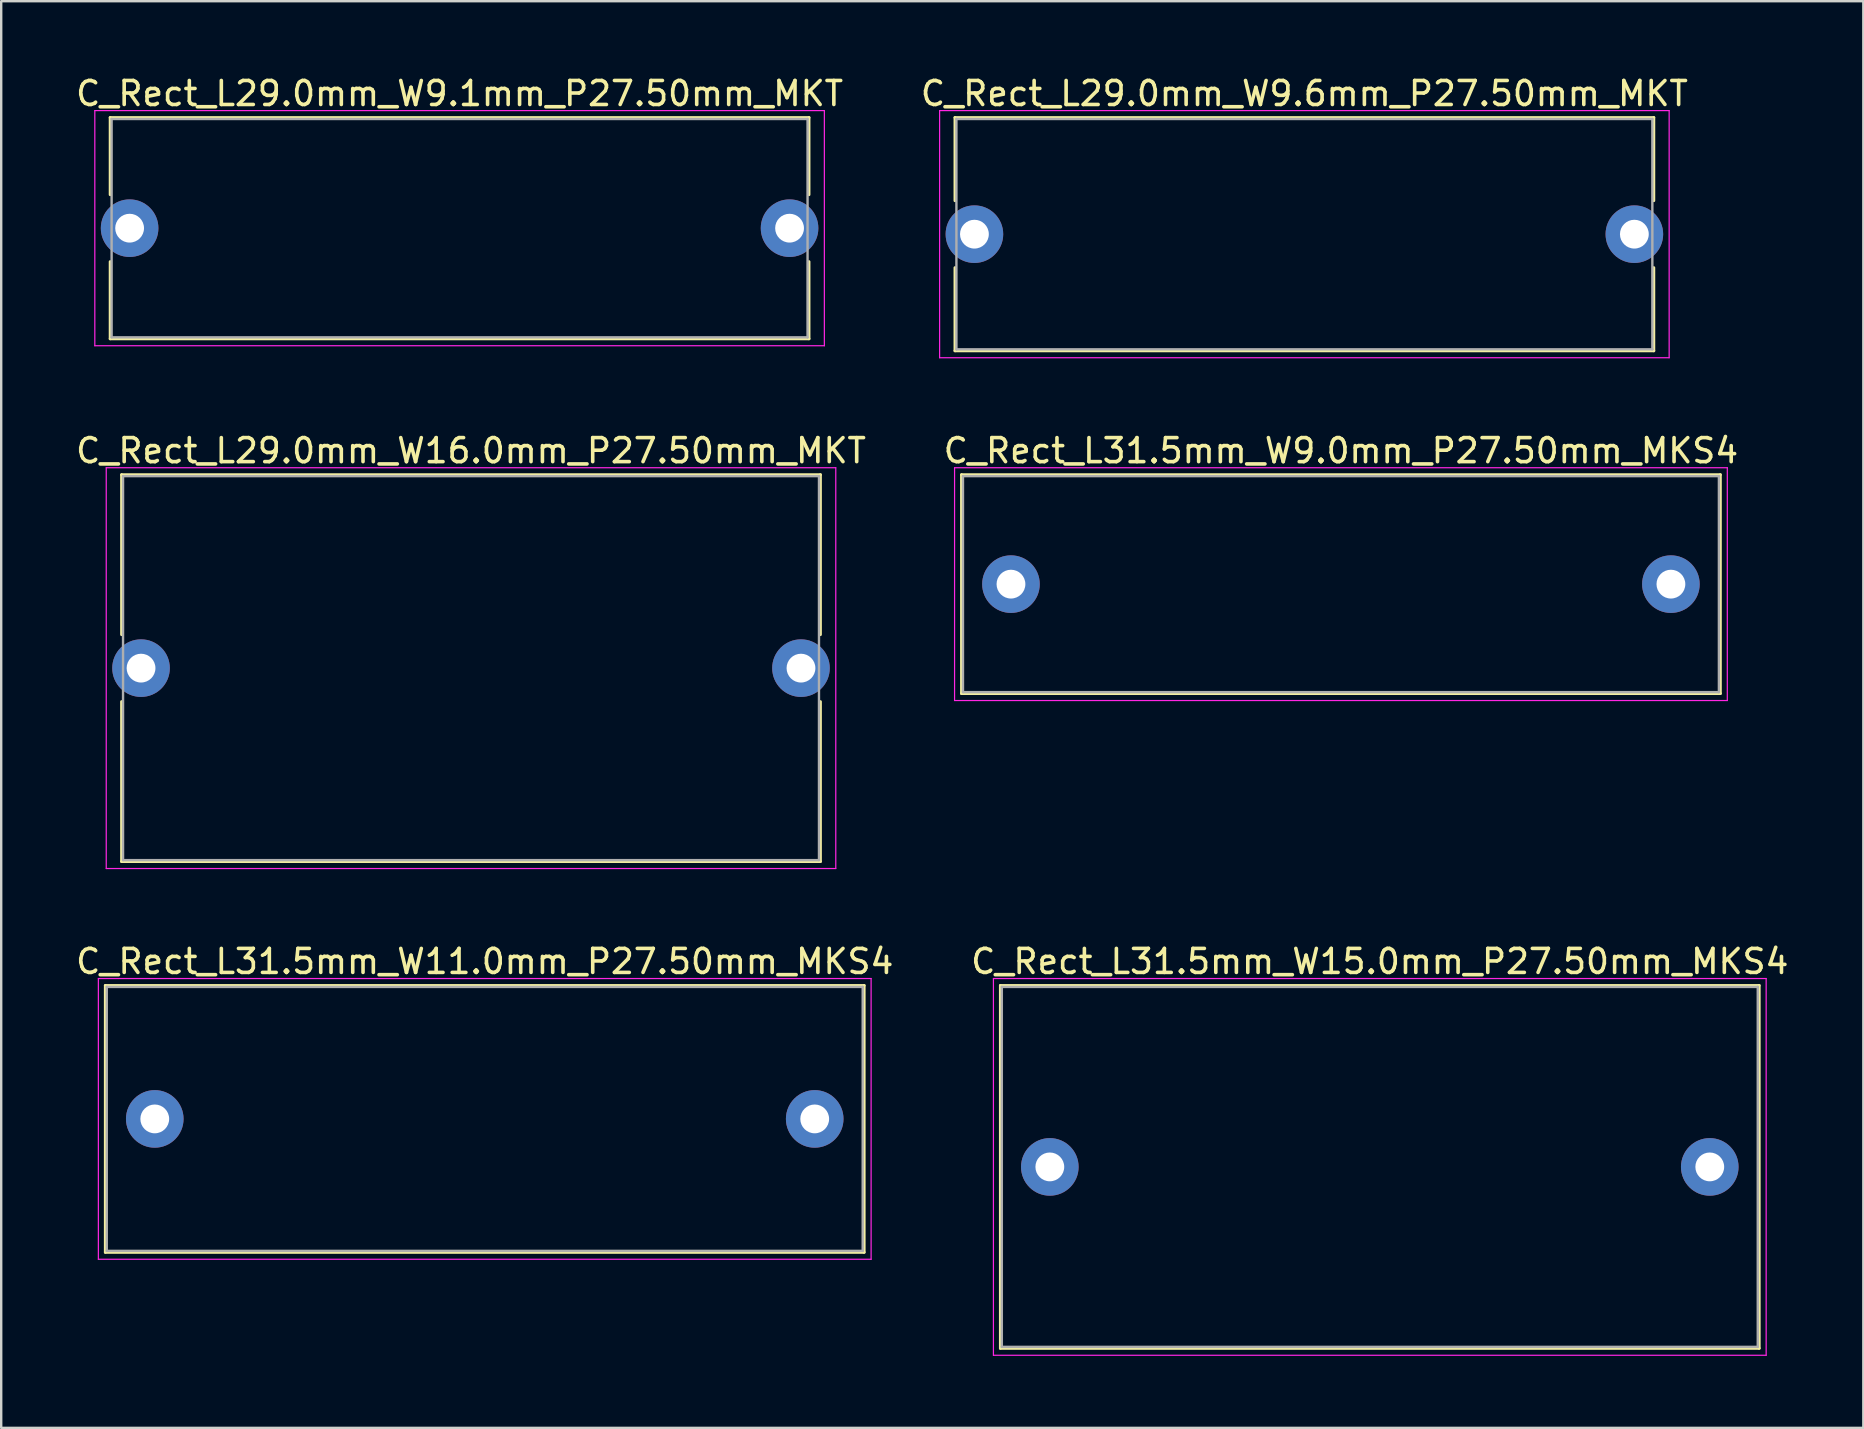
<source format=kicad_pcb>
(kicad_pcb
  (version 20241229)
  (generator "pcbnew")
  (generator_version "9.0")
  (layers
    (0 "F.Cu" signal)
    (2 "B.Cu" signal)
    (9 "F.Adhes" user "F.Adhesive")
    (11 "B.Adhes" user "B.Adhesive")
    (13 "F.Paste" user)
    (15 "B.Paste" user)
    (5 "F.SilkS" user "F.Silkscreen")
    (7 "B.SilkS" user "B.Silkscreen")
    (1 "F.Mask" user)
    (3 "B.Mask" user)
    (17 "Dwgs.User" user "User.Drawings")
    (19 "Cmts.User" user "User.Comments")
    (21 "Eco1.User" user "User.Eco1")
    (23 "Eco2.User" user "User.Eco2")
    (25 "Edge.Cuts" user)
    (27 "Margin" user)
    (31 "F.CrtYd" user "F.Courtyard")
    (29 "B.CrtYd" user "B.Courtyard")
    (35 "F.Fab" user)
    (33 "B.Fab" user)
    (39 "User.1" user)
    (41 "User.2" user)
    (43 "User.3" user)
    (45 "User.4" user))
  (footprint "C_Rect_L29.0mm_W9.1mm_P27.50mm_MKT"
    (layer "F.Cu")
    (at 2.351 6.458)
    (property "Reference" "C_Rect_L29.0mm_W9.1mm_P27.50mm_MKT" (at 13.75 -5.61 0) (layer "F.SilkS") (effects (font (size 1 1) (thickness 0.15))))
    (attr through_hole)
    (fp_line (start -0.81 -4.61) (end -0.81 -1.395) (stroke (width 0.12) (type solid)) (layer "F.SilkS"))
    (fp_line (start -0.81 -4.61) (end 28.31 -4.61) (stroke (width 0.12) (type solid)) (layer "F.SilkS"))
    (fp_line (start -0.81 1.395) (end -0.81 4.61) (stroke (width 0.12) (type solid)) (layer "F.SilkS"))
    (fp_line (start -0.81 4.61) (end 28.31 4.61) (stroke (width 0.12) (type solid)) (layer "F.SilkS"))
    (fp_line (start 28.31 -4.61) (end 28.31 -1.395) (stroke (width 0.12) (type solid)) (layer "F.SilkS"))
    (fp_line (start 28.31 1.395) (end 28.31 4.61) (stroke (width 0.12) (type solid)) (layer "F.SilkS"))
    (fp_line (start -1.45 -4.9) (end -1.45 4.9) (stroke (width 0.05) (type solid)) (layer "F.CrtYd"))
    (fp_line (start -1.45 4.9) (end 28.95 4.9) (stroke (width 0.05) (type solid)) (layer "F.CrtYd"))
    (fp_line (start 28.95 -4.9) (end -1.45 -4.9) (stroke (width 0.05) (type solid)) (layer "F.CrtYd"))
    (fp_line (start 28.95 4.9) (end 28.95 -4.9) (stroke (width 0.05) (type solid)) (layer "F.CrtYd"))
    (fp_line (start -0.75 -4.55) (end -0.75 4.55) (stroke (width 0.1) (type solid)) (layer "F.Fab"))
    (fp_line (start -0.75 4.55) (end 28.25 4.55) (stroke (width 0.1) (type solid)) (layer "F.Fab"))
    (fp_line (start 28.25 -4.55) (end -0.75 -4.55) (stroke (width 0.1) (type solid)) (layer "F.Fab"))
    (fp_line (start 28.25 4.55) (end 28.25 -4.55) (stroke (width 0.1) (type solid)) (layer "F.Fab"))
    (pad "1" thru_hole circle (at 0 0) (size 2.4 2.4) (drill 1.2) (layers "*.Cu" "*.Mask"))
    (pad "2" thru_hole circle (at 27.5 0) (size 2.4 2.4) (drill 1.2) (layers "*.Cu" "*.Mask")))
  (footprint "C_Rect_L31.5mm_W11.0mm_P27.50mm_MKS4"
    (layer "F.Cu")
    (at 3.399 43.575)
    (property "Reference" "C_Rect_L31.5mm_W11.0mm_P27.50mm_MKS4" (at 13.75 -6.56 0) (layer "F.SilkS") (effects (font (size 1 1) (thickness 0.15))))
    (attr through_hole)
    (fp_line (start -2.06 -5.56) (end -2.06 5.56) (stroke (width 0.12) (type solid)) (layer "F.SilkS"))
    (fp_line (start -2.06 -5.56) (end 29.56 -5.56) (stroke (width 0.12) (type solid)) (layer "F.SilkS"))
    (fp_line (start -2.06 5.56) (end 29.56 5.56) (stroke (width 0.12) (type solid)) (layer "F.SilkS"))
    (fp_line (start 29.56 -5.56) (end 29.56 5.56) (stroke (width 0.12) (type solid)) (layer "F.SilkS"))
    (fp_line (start -2.35 -5.85) (end -2.35 5.85) (stroke (width 0.05) (type solid)) (layer "F.CrtYd"))
    (fp_line (start -2.35 5.85) (end 29.85 5.85) (stroke (width 0.05) (type solid)) (layer "F.CrtYd"))
    (fp_line (start 29.85 -5.85) (end -2.35 -5.85) (stroke (width 0.05) (type solid)) (layer "F.CrtYd"))
    (fp_line (start 29.85 5.85) (end 29.85 -5.85) (stroke (width 0.05) (type solid)) (layer "F.CrtYd"))
    (fp_line (start -2 -5.5) (end -2 5.5) (stroke (width 0.1) (type solid)) (layer "F.Fab"))
    (fp_line (start -2 5.5) (end 29.5 5.5) (stroke (width 0.1) (type solid)) (layer "F.Fab"))
    (fp_line (start 29.5 -5.5) (end -2 -5.5) (stroke (width 0.1) (type solid)) (layer "F.Fab"))
    (fp_line (start 29.5 5.5) (end 29.5 -5.5) (stroke (width 0.1) (type solid)) (layer "F.Fab"))
    (pad "1" thru_hole circle (at 0 0) (size 2.4 2.4) (drill 1.2) (layers "*.Cu" "*.Mask"))
    (pad "2" thru_hole circle (at 27.5 0) (size 2.4 2.4) (drill 1.2) (layers "*.Cu" "*.Mask")))
  (footprint "C_Rect_L29.0mm_W9.6mm_P27.50mm_MKT"
    (layer "F.Cu")
    (at 37.554 6.708)
    (property "Reference" "C_Rect_L29.0mm_W9.6mm_P27.50mm_MKT" (at 13.75 -5.86 0) (layer "F.SilkS") (effects (font (size 1 1) (thickness 0.15))))
    (attr through_hole)
    (fp_line (start -0.81 -4.86) (end -0.81 -1.395) (stroke (width 0.12) (type solid)) (layer "F.SilkS"))
    (fp_line (start -0.81 -4.86) (end 28.31 -4.86) (stroke (width 0.12) (type solid)) (layer "F.SilkS"))
    (fp_line (start -0.81 1.395) (end -0.81 4.86) (stroke (width 0.12) (type solid)) (layer "F.SilkS"))
    (fp_line (start -0.81 4.86) (end 28.31 4.86) (stroke (width 0.12) (type solid)) (layer "F.SilkS"))
    (fp_line (start 28.31 -4.86) (end 28.31 -1.395) (stroke (width 0.12) (type solid)) (layer "F.SilkS"))
    (fp_line (start 28.31 1.395) (end 28.31 4.86) (stroke (width 0.12) (type solid)) (layer "F.SilkS"))
    (fp_line (start -1.45 -5.15) (end -1.45 5.15) (stroke (width 0.05) (type solid)) (layer "F.CrtYd"))
    (fp_line (start -1.45 5.15) (end 28.95 5.15) (stroke (width 0.05) (type solid)) (layer "F.CrtYd"))
    (fp_line (start 28.95 -5.15) (end -1.45 -5.15) (stroke (width 0.05) (type solid)) (layer "F.CrtYd"))
    (fp_line (start 28.95 5.15) (end 28.95 -5.15) (stroke (width 0.05) (type solid)) (layer "F.CrtYd"))
    (fp_line (start -0.75 -4.8) (end -0.75 4.8) (stroke (width 0.1) (type solid)) (layer "F.Fab"))
    (fp_line (start -0.75 4.8) (end 28.25 4.8) (stroke (width 0.1) (type solid)) (layer "F.Fab"))
    (fp_line (start 28.25 -4.8) (end -0.75 -4.8) (stroke (width 0.1) (type solid)) (layer "F.Fab"))
    (fp_line (start 28.25 4.8) (end 28.25 -4.8) (stroke (width 0.1) (type solid)) (layer "F.Fab"))
    (pad "1" thru_hole circle (at 0 0) (size 2.4 2.4) (drill 1.2) (layers "*.Cu" "*.Mask"))
    (pad "2" thru_hole circle (at 27.5 0) (size 2.4 2.4) (drill 1.2) (layers "*.Cu" "*.Mask")))
  (footprint "C_Rect_L31.5mm_W9.0mm_P27.50mm_MKS4"
    (layer "F.Cu")
    (at 39.077 21.291)
    (property "Reference" "C_Rect_L31.5mm_W9.0mm_P27.50mm_MKS4" (at 13.75 -5.56 0) (layer "F.SilkS") (effects (font (size 1 1) (thickness 0.15))))
    (attr through_hole)
    (fp_line (start -2.06 -4.56) (end -2.06 4.56) (stroke (width 0.12) (type solid)) (layer "F.SilkS"))
    (fp_line (start -2.06 -4.56) (end 29.56 -4.56) (stroke (width 0.12) (type solid)) (layer "F.SilkS"))
    (fp_line (start -2.06 4.56) (end 29.56 4.56) (stroke (width 0.12) (type solid)) (layer "F.SilkS"))
    (fp_line (start 29.56 -4.56) (end 29.56 4.56) (stroke (width 0.12) (type solid)) (layer "F.SilkS"))
    (fp_line (start -2.35 -4.85) (end -2.35 4.85) (stroke (width 0.05) (type solid)) (layer "F.CrtYd"))
    (fp_line (start -2.35 4.85) (end 29.85 4.85) (stroke (width 0.05) (type solid)) (layer "F.CrtYd"))
    (fp_line (start 29.85 -4.85) (end -2.35 -4.85) (stroke (width 0.05) (type solid)) (layer "F.CrtYd"))
    (fp_line (start 29.85 4.85) (end 29.85 -4.85) (stroke (width 0.05) (type solid)) (layer "F.CrtYd"))
    (fp_line (start -2 -4.5) (end -2 4.5) (stroke (width 0.1) (type solid)) (layer "F.Fab"))
    (fp_line (start -2 4.5) (end 29.5 4.5) (stroke (width 0.1) (type solid)) (layer "F.Fab"))
    (fp_line (start 29.5 -4.5) (end -2 -4.5) (stroke (width 0.1) (type solid)) (layer "F.Fab"))
    (fp_line (start 29.5 4.5) (end 29.5 -4.5) (stroke (width 0.1) (type solid)) (layer "F.Fab"))
    (pad "1" thru_hole circle (at 0 0) (size 2.4 2.4) (drill 1.2) (layers "*.Cu" "*.Mask"))
    (pad "2" thru_hole circle (at 27.5 0) (size 2.4 2.4) (drill 1.2) (layers "*.Cu" "*.Mask")))
  (footprint "C_Rect_L29.0mm_W16.0mm_P27.50mm_MKT"
    (layer "F.Cu")
    (at 2.827 24.791)
    (property "Reference" "C_Rect_L29.0mm_W16.0mm_P27.50mm_MKT" (at 13.75 -9.06 0) (layer "F.SilkS") (effects (font (size 1 1) (thickness 0.15))))
    (attr through_hole)
    (fp_line (start -0.81 -8.06) (end -0.81 -1.395) (stroke (width 0.12) (type solid)) (layer "F.SilkS"))
    (fp_line (start -0.81 -8.06) (end 28.31 -8.06) (stroke (width 0.12) (type solid)) (layer "F.SilkS"))
    (fp_line (start -0.81 1.395) (end -0.81 8.06) (stroke (width 0.12) (type solid)) (layer "F.SilkS"))
    (fp_line (start -0.81 8.06) (end 28.31 8.06) (stroke (width 0.12) (type solid)) (layer "F.SilkS"))
    (fp_line (start 28.31 -8.06) (end 28.31 -1.395) (stroke (width 0.12) (type solid)) (layer "F.SilkS"))
    (fp_line (start 28.31 1.395) (end 28.31 8.06) (stroke (width 0.12) (type solid)) (layer "F.SilkS"))
    (fp_line (start -1.45 -8.35) (end -1.45 8.35) (stroke (width 0.05) (type solid)) (layer "F.CrtYd"))
    (fp_line (start -1.45 8.35) (end 28.95 8.35) (stroke (width 0.05) (type solid)) (layer "F.CrtYd"))
    (fp_line (start 28.95 -8.35) (end -1.45 -8.35) (stroke (width 0.05) (type solid)) (layer "F.CrtYd"))
    (fp_line (start 28.95 8.35) (end 28.95 -8.35) (stroke (width 0.05) (type solid)) (layer "F.CrtYd"))
    (fp_line (start -0.75 -8) (end -0.75 8) (stroke (width 0.1) (type solid)) (layer "F.Fab"))
    (fp_line (start -0.75 8) (end 28.25 8) (stroke (width 0.1) (type solid)) (layer "F.Fab"))
    (fp_line (start 28.25 -8) (end -0.75 -8) (stroke (width 0.1) (type solid)) (layer "F.Fab"))
    (fp_line (start 28.25 8) (end 28.25 -8) (stroke (width 0.1) (type solid)) (layer "F.Fab"))
    (pad "1" thru_hole circle (at 0 0) (size 2.4 2.4) (drill 1.2) (layers "*.Cu" "*.Mask"))
    (pad "2" thru_hole circle (at 27.5 0) (size 2.4 2.4) (drill 1.2) (layers "*.Cu" "*.Mask")))
  (footprint "C_Rect_L31.5mm_W15.0mm_P27.50mm_MKS4"
    (layer "F.Cu")
    (at 40.696 45.575)
    (property "Reference" "C_Rect_L31.5mm_W15.0mm_P27.50mm_MKS4" (at 13.75 -8.56 0) (layer "F.SilkS") (effects (font (size 1 1) (thickness 0.15))))
    (attr through_hole)
    (fp_line (start -2.06 -7.56) (end -2.06 7.56) (stroke (width 0.12) (type solid)) (layer "F.SilkS"))
    (fp_line (start -2.06 -7.56) (end 29.56 -7.56) (stroke (width 0.12) (type solid)) (layer "F.SilkS"))
    (fp_line (start -2.06 7.56) (end 29.56 7.56) (stroke (width 0.12) (type solid)) (layer "F.SilkS"))
    (fp_line (start 29.56 -7.56) (end 29.56 7.56) (stroke (width 0.12) (type solid)) (layer "F.SilkS"))
    (fp_line (start -2.35 -7.85) (end -2.35 7.85) (stroke (width 0.05) (type solid)) (layer "F.CrtYd"))
    (fp_line (start -2.35 7.85) (end 29.85 7.85) (stroke (width 0.05) (type solid)) (layer "F.CrtYd"))
    (fp_line (start 29.85 -7.85) (end -2.35 -7.85) (stroke (width 0.05) (type solid)) (layer "F.CrtYd"))
    (fp_line (start 29.85 7.85) (end 29.85 -7.85) (stroke (width 0.05) (type solid)) (layer "F.CrtYd"))
    (fp_line (start -2 -7.5) (end -2 7.5) (stroke (width 0.1) (type solid)) (layer "F.Fab"))
    (fp_line (start -2 7.5) (end 29.5 7.5) (stroke (width 0.1) (type solid)) (layer "F.Fab"))
    (fp_line (start 29.5 -7.5) (end -2 -7.5) (stroke (width 0.1) (type solid)) (layer "F.Fab"))
    (fp_line (start 29.5 7.5) (end 29.5 -7.5) (stroke (width 0.1) (type solid)) (layer "F.Fab"))
    (pad "1" thru_hole circle (at 0 0) (size 2.4 2.4) (drill 1.2) (layers "*.Cu" "*.Mask"))
    (pad "2" thru_hole circle (at 27.5 0) (size 2.4 2.4) (drill 1.2) (layers "*.Cu" "*.Mask")))
  (gr_rect
    (start -3 -3)
    (end 74.595 56.45)
    (stroke (width 0.1) (type default))
    (fill no)
    (layer "Edge.Cuts")))
</source>
